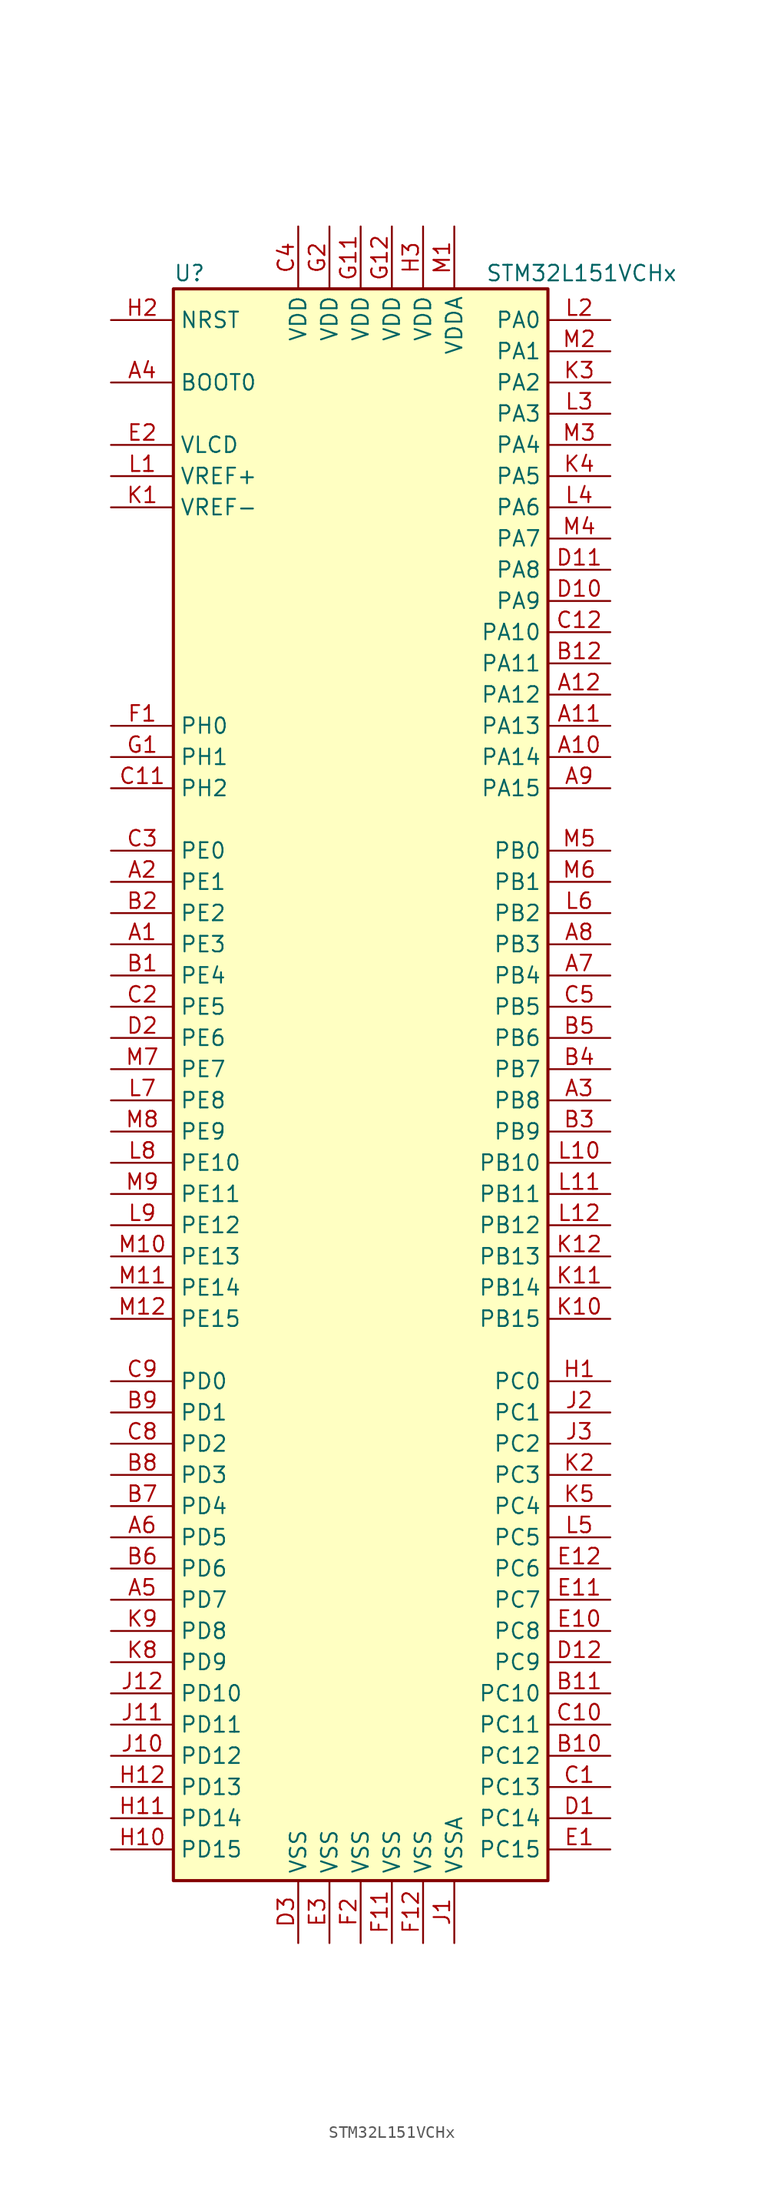
<source format=kicad_sym>
(kicad_symbol_lib
  (version 20201005)
  (generator kicad_symbol_editor)
  (symbol "STM32L151VCHx"
    (property "Reference" "U"
      (at -15.24 64.77 0)
      (effects (font (size 1.27 1.27)) (justify left)))
    (property "Value" "STM32L151VCHx"
      (at 10.16 64.77 0)
      (effects (font (size 1.27 1.27)) (justify left)))
    (symbol "STM32L151VCHx_0_1"
      (rectangle (start -15.24 -66.04) (end 15.24 63.5) (stroke (width 0.254)) (fill (type background))))
    (symbol "STM32L151VCHx_1_1"
      (pin input line (at -20.32 55.88 0) (length 5.08) (name "BOOT0" (effects (font (size 1.27 1.27)))) (number "A4" (effects (font (size 1.27 1.27)))))
      (pin input line (at -20.32 60.96 0) (length 5.08) (name "NRST" (effects (font (size 1.27 1.27)))) (number "H2" (effects (font (size 1.27 1.27)))))
      (pin bidirectional line (at 20.32 60.96 180) (length 5.08) (name "PA0" (effects (font (size 1.27 1.27)))) (number "L2" (effects (font (size 1.27 1.27)))))
      (pin bidirectional line (at 20.32 58.42 180) (length 5.08) (name "PA1" (effects (font (size 1.27 1.27)))) (number "M2" (effects (font (size 1.27 1.27)))))
      (pin bidirectional line (at 20.32 35.56 180) (length 5.08) (name "PA10" (effects (font (size 1.27 1.27)))) (number "C12" (effects (font (size 1.27 1.27)))))
      (pin bidirectional line (at 20.32 33.02 180) (length 5.08) (name "PA11" (effects (font (size 1.27 1.27)))) (number "B12" (effects (font (size 1.27 1.27)))))
      (pin bidirectional line (at 20.32 30.48 180) (length 5.08) (name "PA12" (effects (font (size 1.27 1.27)))) (number "A12" (effects (font (size 1.27 1.27)))))
      (pin bidirectional line (at 20.32 27.94 180) (length 5.08) (name "PA13" (effects (font (size 1.27 1.27)))) (number "A11" (effects (font (size 1.27 1.27)))))
      (pin bidirectional line (at 20.32 25.4 180) (length 5.08) (name "PA14" (effects (font (size 1.27 1.27)))) (number "A10" (effects (font (size 1.27 1.27)))))
      (pin bidirectional line (at 20.32 22.86 180) (length 5.08) (name "PA15" (effects (font (size 1.27 1.27)))) (number "A9" (effects (font (size 1.27 1.27)))))
      (pin bidirectional line (at 20.32 55.88 180) (length 5.08) (name "PA2" (effects (font (size 1.27 1.27)))) (number "K3" (effects (font (size 1.27 1.27)))))
      (pin bidirectional line (at 20.32 53.34 180) (length 5.08) (name "PA3" (effects (font (size 1.27 1.27)))) (number "L3" (effects (font (size 1.27 1.27)))))
      (pin bidirectional line (at 20.32 50.8 180) (length 5.08) (name "PA4" (effects (font (size 1.27 1.27)))) (number "M3" (effects (font (size 1.27 1.27)))))
      (pin bidirectional line (at 20.32 48.26 180) (length 5.08) (name "PA5" (effects (font (size 1.27 1.27)))) (number "K4" (effects (font (size 1.27 1.27)))))
      (pin bidirectional line (at 20.32 45.72 180) (length 5.08) (name "PA6" (effects (font (size 1.27 1.27)))) (number "L4" (effects (font (size 1.27 1.27)))))
      (pin bidirectional line (at 20.32 43.18 180) (length 5.08) (name "PA7" (effects (font (size 1.27 1.27)))) (number "M4" (effects (font (size 1.27 1.27)))))
      (pin bidirectional line (at 20.32 40.64 180) (length 5.08) (name "PA8" (effects (font (size 1.27 1.27)))) (number "D11" (effects (font (size 1.27 1.27)))))
      (pin bidirectional line (at 20.32 38.1 180) (length 5.08) (name "PA9" (effects (font (size 1.27 1.27)))) (number "D10" (effects (font (size 1.27 1.27)))))
      (pin bidirectional line (at 20.32 17.78 180) (length 5.08) (name "PB0" (effects (font (size 1.27 1.27)))) (number "M5" (effects (font (size 1.27 1.27)))))
      (pin bidirectional line (at 20.32 15.24 180) (length 5.08) (name "PB1" (effects (font (size 1.27 1.27)))) (number "M6" (effects (font (size 1.27 1.27)))))
      (pin bidirectional line (at 20.32 -7.62 180) (length 5.08) (name "PB10" (effects (font (size 1.27 1.27)))) (number "L10" (effects (font (size 1.27 1.27)))))
      (pin bidirectional line (at 20.32 -10.16 180) (length 5.08) (name "PB11" (effects (font (size 1.27 1.27)))) (number "L11" (effects (font (size 1.27 1.27)))))
      (pin bidirectional line (at 20.32 -12.7 180) (length 5.08) (name "PB12" (effects (font (size 1.27 1.27)))) (number "L12" (effects (font (size 1.27 1.27)))))
      (pin bidirectional line (at 20.32 -15.24 180) (length 5.08) (name "PB13" (effects (font (size 1.27 1.27)))) (number "K12" (effects (font (size 1.27 1.27)))))
      (pin bidirectional line (at 20.32 -17.78 180) (length 5.08) (name "PB14" (effects (font (size 1.27 1.27)))) (number "K11" (effects (font (size 1.27 1.27)))))
      (pin bidirectional line (at 20.32 -20.32 180) (length 5.08) (name "PB15" (effects (font (size 1.27 1.27)))) (number "K10" (effects (font (size 1.27 1.27)))))
      (pin bidirectional line (at 20.32 12.7 180) (length 5.08) (name "PB2" (effects (font (size 1.27 1.27)))) (number "L6" (effects (font (size 1.27 1.27)))))
      (pin bidirectional line (at 20.32 10.16 180) (length 5.08) (name "PB3" (effects (font (size 1.27 1.27)))) (number "A8" (effects (font (size 1.27 1.27)))))
      (pin bidirectional line (at 20.32 7.62 180) (length 5.08) (name "PB4" (effects (font (size 1.27 1.27)))) (number "A7" (effects (font (size 1.27 1.27)))))
      (pin bidirectional line (at 20.32 5.08 180) (length 5.08) (name "PB5" (effects (font (size 1.27 1.27)))) (number "C5" (effects (font (size 1.27 1.27)))))
      (pin bidirectional line (at 20.32 2.54 180) (length 5.08) (name "PB6" (effects (font (size 1.27 1.27)))) (number "B5" (effects (font (size 1.27 1.27)))))
      (pin bidirectional line (at 20.32 0 180) (length 5.08) (name "PB7" (effects (font (size 1.27 1.27)))) (number "B4" (effects (font (size 1.27 1.27)))))
      (pin bidirectional line (at 20.32 -2.54 180) (length 5.08) (name "PB8" (effects (font (size 1.27 1.27)))) (number "A3" (effects (font (size 1.27 1.27)))))
      (pin bidirectional line (at 20.32 -5.08 180) (length 5.08) (name "PB9" (effects (font (size 1.27 1.27)))) (number "B3" (effects (font (size 1.27 1.27)))))
      (pin bidirectional line (at 20.32 -25.4 180) (length 5.08) (name "PC0" (effects (font (size 1.27 1.27)))) (number "H1" (effects (font (size 1.27 1.27)))))
      (pin bidirectional line (at 20.32 -27.94 180) (length 5.08) (name "PC1" (effects (font (size 1.27 1.27)))) (number "J2" (effects (font (size 1.27 1.27)))))
      (pin bidirectional line (at 20.32 -50.8 180) (length 5.08) (name "PC10" (effects (font (size 1.27 1.27)))) (number "B11" (effects (font (size 1.27 1.27)))))
      (pin bidirectional line (at 20.32 -53.34 180) (length 5.08) (name "PC11" (effects (font (size 1.27 1.27)))) (number "C10" (effects (font (size 1.27 1.27)))))
      (pin bidirectional line (at 20.32 -55.88 180) (length 5.08) (name "PC12" (effects (font (size 1.27 1.27)))) (number "B10" (effects (font (size 1.27 1.27)))))
      (pin bidirectional line (at 20.32 -58.42 180) (length 5.08) (name "PC13" (effects (font (size 1.27 1.27)))) (number "C1" (effects (font (size 1.27 1.27)))))
      (pin bidirectional line (at 20.32 -60.96 180) (length 5.08) (name "PC14" (effects (font (size 1.27 1.27)))) (number "D1" (effects (font (size 1.27 1.27)))))
      (pin bidirectional line (at 20.32 -63.5 180) (length 5.08) (name "PC15" (effects (font (size 1.27 1.27)))) (number "E1" (effects (font (size 1.27 1.27)))))
      (pin bidirectional line (at 20.32 -30.48 180) (length 5.08) (name "PC2" (effects (font (size 1.27 1.27)))) (number "J3" (effects (font (size 1.27 1.27)))))
      (pin bidirectional line (at 20.32 -33.02 180) (length 5.08) (name "PC3" (effects (font (size 1.27 1.27)))) (number "K2" (effects (font (size 1.27 1.27)))))
      (pin bidirectional line (at 20.32 -35.56 180) (length 5.08) (name "PC4" (effects (font (size 1.27 1.27)))) (number "K5" (effects (font (size 1.27 1.27)))))
      (pin bidirectional line (at 20.32 -38.1 180) (length 5.08) (name "PC5" (effects (font (size 1.27 1.27)))) (number "L5" (effects (font (size 1.27 1.27)))))
      (pin bidirectional line (at 20.32 -40.64 180) (length 5.08) (name "PC6" (effects (font (size 1.27 1.27)))) (number "E12" (effects (font (size 1.27 1.27)))))
      (pin bidirectional line (at 20.32 -43.18 180) (length 5.08) (name "PC7" (effects (font (size 1.27 1.27)))) (number "E11" (effects (font (size 1.27 1.27)))))
      (pin bidirectional line (at 20.32 -45.72 180) (length 5.08) (name "PC8" (effects (font (size 1.27 1.27)))) (number "E10" (effects (font (size 1.27 1.27)))))
      (pin bidirectional line (at 20.32 -48.26 180) (length 5.08) (name "PC9" (effects (font (size 1.27 1.27)))) (number "D12" (effects (font (size 1.27 1.27)))))
      (pin bidirectional line (at -20.32 -25.4 0) (length 5.08) (name "PD0" (effects (font (size 1.27 1.27)))) (number "C9" (effects (font (size 1.27 1.27)))))
      (pin bidirectional line (at -20.32 -27.94 0) (length 5.08) (name "PD1" (effects (font (size 1.27 1.27)))) (number "B9" (effects (font (size 1.27 1.27)))))
      (pin bidirectional line (at -20.32 -50.8 0) (length 5.08) (name "PD10" (effects (font (size 1.27 1.27)))) (number "J12" (effects (font (size 1.27 1.27)))))
      (pin bidirectional line (at -20.32 -53.34 0) (length 5.08) (name "PD11" (effects (font (size 1.27 1.27)))) (number "J11" (effects (font (size 1.27 1.27)))))
      (pin bidirectional line (at -20.32 -55.88 0) (length 5.08) (name "PD12" (effects (font (size 1.27 1.27)))) (number "J10" (effects (font (size 1.27 1.27)))))
      (pin bidirectional line (at -20.32 -58.42 0) (length 5.08) (name "PD13" (effects (font (size 1.27 1.27)))) (number "H12" (effects (font (size 1.27 1.27)))))
      (pin bidirectional line (at -20.32 -60.96 0) (length 5.08) (name "PD14" (effects (font (size 1.27 1.27)))) (number "H11" (effects (font (size 1.27 1.27)))))
      (pin bidirectional line (at -20.32 -63.5 0) (length 5.08) (name "PD15" (effects (font (size 1.27 1.27)))) (number "H10" (effects (font (size 1.27 1.27)))))
      (pin bidirectional line (at -20.32 -30.48 0) (length 5.08) (name "PD2" (effects (font (size 1.27 1.27)))) (number "C8" (effects (font (size 1.27 1.27)))))
      (pin bidirectional line (at -20.32 -33.02 0) (length 5.08) (name "PD3" (effects (font (size 1.27 1.27)))) (number "B8" (effects (font (size 1.27 1.27)))))
      (pin bidirectional line (at -20.32 -35.56 0) (length 5.08) (name "PD4" (effects (font (size 1.27 1.27)))) (number "B7" (effects (font (size 1.27 1.27)))))
      (pin bidirectional line (at -20.32 -38.1 0) (length 5.08) (name "PD5" (effects (font (size 1.27 1.27)))) (number "A6" (effects (font (size 1.27 1.27)))))
      (pin bidirectional line (at -20.32 -40.64 0) (length 5.08) (name "PD6" (effects (font (size 1.27 1.27)))) (number "B6" (effects (font (size 1.27 1.27)))))
      (pin bidirectional line (at -20.32 -43.18 0) (length 5.08) (name "PD7" (effects (font (size 1.27 1.27)))) (number "A5" (effects (font (size 1.27 1.27)))))
      (pin bidirectional line (at -20.32 -45.72 0) (length 5.08) (name "PD8" (effects (font (size 1.27 1.27)))) (number "K9" (effects (font (size 1.27 1.27)))))
      (pin bidirectional line (at -20.32 -48.26 0) (length 5.08) (name "PD9" (effects (font (size 1.27 1.27)))) (number "K8" (effects (font (size 1.27 1.27)))))
      (pin bidirectional line (at -20.32 17.78 0) (length 5.08) (name "PE0" (effects (font (size 1.27 1.27)))) (number "C3" (effects (font (size 1.27 1.27)))))
      (pin bidirectional line (at -20.32 15.24 0) (length 5.08) (name "PE1" (effects (font (size 1.27 1.27)))) (number "A2" (effects (font (size 1.27 1.27)))))
      (pin bidirectional line (at -20.32 -7.62 0) (length 5.08) (name "PE10" (effects (font (size 1.27 1.27)))) (number "L8" (effects (font (size 1.27 1.27)))))
      (pin bidirectional line (at -20.32 -10.16 0) (length 5.08) (name "PE11" (effects (font (size 1.27 1.27)))) (number "M9" (effects (font (size 1.27 1.27)))))
      (pin bidirectional line (at -20.32 -12.7 0) (length 5.08) (name "PE12" (effects (font (size 1.27 1.27)))) (number "L9" (effects (font (size 1.27 1.27)))))
      (pin bidirectional line (at -20.32 -15.24 0) (length 5.08) (name "PE13" (effects (font (size 1.27 1.27)))) (number "M10" (effects (font (size 1.27 1.27)))))
      (pin bidirectional line (at -20.32 -17.78 0) (length 5.08) (name "PE14" (effects (font (size 1.27 1.27)))) (number "M11" (effects (font (size 1.27 1.27)))))
      (pin bidirectional line (at -20.32 -20.32 0) (length 5.08) (name "PE15" (effects (font (size 1.27 1.27)))) (number "M12" (effects (font (size 1.27 1.27)))))
      (pin bidirectional line (at -20.32 12.7 0) (length 5.08) (name "PE2" (effects (font (size 1.27 1.27)))) (number "B2" (effects (font (size 1.27 1.27)))))
      (pin bidirectional line (at -20.32 10.16 0) (length 5.08) (name "PE3" (effects (font (size 1.27 1.27)))) (number "A1" (effects (font (size 1.27 1.27)))))
      (pin bidirectional line (at -20.32 7.62 0) (length 5.08) (name "PE4" (effects (font (size 1.27 1.27)))) (number "B1" (effects (font (size 1.27 1.27)))))
      (pin bidirectional line (at -20.32 5.08 0) (length 5.08) (name "PE5" (effects (font (size 1.27 1.27)))) (number "C2" (effects (font (size 1.27 1.27)))))
      (pin bidirectional line (at -20.32 2.54 0) (length 5.08) (name "PE6" (effects (font (size 1.27 1.27)))) (number "D2" (effects (font (size 1.27 1.27)))))
      (pin bidirectional line (at -20.32 0 0) (length 5.08) (name "PE7" (effects (font (size 1.27 1.27)))) (number "M7" (effects (font (size 1.27 1.27)))))
      (pin bidirectional line (at -20.32 -2.54 0) (length 5.08) (name "PE8" (effects (font (size 1.27 1.27)))) (number "L7" (effects (font (size 1.27 1.27)))))
      (pin bidirectional line (at -20.32 -5.08 0) (length 5.08) (name "PE9" (effects (font (size 1.27 1.27)))) (number "M8" (effects (font (size 1.27 1.27)))))
      (pin input line (at -20.32 27.94 0) (length 5.08) (name "PH0" (effects (font (size 1.27 1.27)))) (number "F1" (effects (font (size 1.27 1.27)))))
      (pin input line (at -20.32 25.4 0) (length 5.08) (name "PH1" (effects (font (size 1.27 1.27)))) (number "G1" (effects (font (size 1.27 1.27)))))
      (pin bidirectional line (at -20.32 22.86 0) (length 5.08) (name "PH2" (effects (font (size 1.27 1.27)))) (number "C11" (effects (font (size 1.27 1.27)))))
      (pin power_in line (at -5.08 68.58 270) (length 5.08) (name "VDD" (effects (font (size 1.27 1.27)))) (number "C4" (effects (font (size 1.27 1.27)))))
      (pin power_in line (at 0 68.58 270) (length 5.08) (name "VDD" (effects (font (size 1.27 1.27)))) (number "G11" (effects (font (size 1.27 1.27)))))
      (pin power_in line (at 2.54 68.58 270) (length 5.08) (name "VDD" (effects (font (size 1.27 1.27)))) (number "G12" (effects (font (size 1.27 1.27)))))
      (pin power_in line (at -2.54 68.58 270) (length 5.08) (name "VDD" (effects (font (size 1.27 1.27)))) (number "G2" (effects (font (size 1.27 1.27)))))
      (pin power_in line (at 5.08 68.58 270) (length 5.08) (name "VDD" (effects (font (size 1.27 1.27)))) (number "H3" (effects (font (size 1.27 1.27)))))
      (pin power_in line (at 7.62 68.58 270) (length 5.08) (name "VDDA" (effects (font (size 1.27 1.27)))) (number "M1" (effects (font (size 1.27 1.27)))))
      (pin power_in line (at -20.32 50.8 0) (length 5.08) (name "VLCD" (effects (font (size 1.27 1.27)))) (number "E2" (effects (font (size 1.27 1.27)))))
      (pin power_in line (at -20.32 48.26 0) (length 5.08) (name "VREF+" (effects (font (size 1.27 1.27)))) (number "L1" (effects (font (size 1.27 1.27)))))
      (pin power_in line (at -20.32 45.72 0) (length 5.08) (name "VREF-" (effects (font (size 1.27 1.27)))) (number "K1" (effects (font (size 1.27 1.27)))))
      (pin power_in line (at -5.08 -71.12 90) (length 5.08) (name "VSS" (effects (font (size 1.27 1.27)))) (number "D3" (effects (font (size 1.27 1.27)))))
      (pin power_in line (at -2.54 -71.12 90) (length 5.08) (name "VSS" (effects (font (size 1.27 1.27)))) (number "E3" (effects (font (size 1.27 1.27)))))
      (pin power_in line (at 2.54 -71.12 90) (length 5.08) (name "VSS" (effects (font (size 1.27 1.27)))) (number "F11" (effects (font (size 1.27 1.27)))))
      (pin power_in line (at 5.08 -71.12 90) (length 5.08) (name "VSS" (effects (font (size 1.27 1.27)))) (number "F12" (effects (font (size 1.27 1.27)))))
      (pin power_in line (at 0 -71.12 90) (length 5.08) (name "VSS" (effects (font (size 1.27 1.27)))) (number "F2" (effects (font (size 1.27 1.27)))))
      (pin power_in line (at 7.62 -71.12 90) (length 5.08) (name "VSSA" (effects (font (size 1.27 1.27)))) (number "J1" (effects (font (size 1.27 1.27))))))))
</source>
